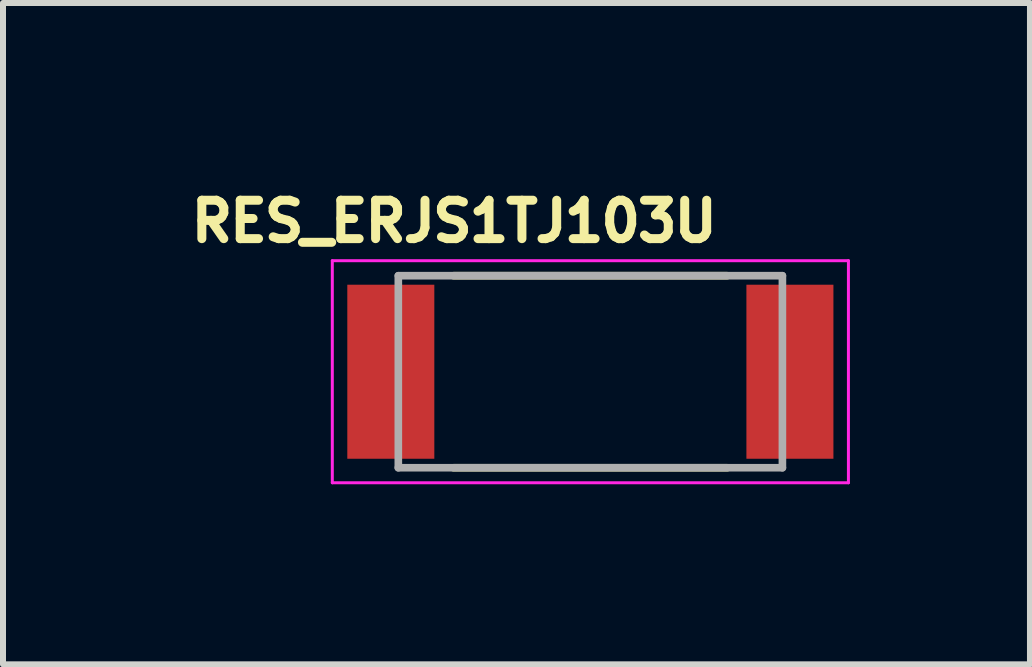
<source format=kicad_pcb>
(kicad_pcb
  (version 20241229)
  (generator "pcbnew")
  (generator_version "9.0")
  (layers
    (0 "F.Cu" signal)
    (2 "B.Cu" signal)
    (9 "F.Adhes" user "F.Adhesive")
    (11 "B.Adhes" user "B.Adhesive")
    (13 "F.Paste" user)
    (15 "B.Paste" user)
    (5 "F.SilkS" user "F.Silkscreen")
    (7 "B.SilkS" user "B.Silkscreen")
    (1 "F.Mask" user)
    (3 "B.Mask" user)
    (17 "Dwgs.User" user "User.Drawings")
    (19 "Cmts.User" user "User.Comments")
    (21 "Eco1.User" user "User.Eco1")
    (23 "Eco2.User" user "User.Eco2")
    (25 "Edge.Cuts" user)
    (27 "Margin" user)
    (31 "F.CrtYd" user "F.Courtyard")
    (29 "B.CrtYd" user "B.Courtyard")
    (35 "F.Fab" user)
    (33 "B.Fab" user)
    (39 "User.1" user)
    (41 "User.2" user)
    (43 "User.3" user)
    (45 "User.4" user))
  (footprint "RES_ERJS1TJ103U"
    (layer "F.Cu")
    (at 6.787 3.144)
    (property "Reference" "RES_ERJS1TJ103U" (at -2.268 -2.506 0) (layer "F.SilkS") (effects (font (size 0.64 0.64) (thickness 0.15))))
    (attr smd)
    (fp_line (start -2.28 -1.6) (end 2.28 -1.6) (stroke (width 0.127) (type solid)) (layer "F.SilkS"))
    (fp_line (start -2.28 1.6) (end 2.28 1.6) (stroke (width 0.127) (type solid)) (layer "F.SilkS"))
    (fp_line (start -4.3 -1.85) (end -4.3 1.85) (stroke (width 0.05) (type solid)) (layer "F.CrtYd"))
    (fp_line (start -4.3 1.85) (end 4.3 1.85) (stroke (width 0.05) (type solid)) (layer "F.CrtYd"))
    (fp_line (start 4.3 -1.85) (end -4.3 -1.85) (stroke (width 0.05) (type solid)) (layer "F.CrtYd"))
    (fp_line (start 4.3 1.85) (end 4.3 -1.85) (stroke (width 0.05) (type solid)) (layer "F.CrtYd"))
    (fp_line (start -3.2 -1.6) (end -3.2 1.6) (stroke (width 0.127) (type solid)) (layer "F.Fab"))
    (fp_line (start -3.2 -1.6) (end 3.2 -1.6) (stroke (width 0.127) (type solid)) (layer "F.Fab"))
    (fp_line (start -3.2 1.6) (end 3.2 1.6) (stroke (width 0.127) (type solid)) (layer "F.Fab"))
    (fp_line (start 3.2 -1.6) (end 3.2 1.6) (stroke (width 0.127) (type solid)) (layer "F.Fab"))
    (pad "1" smd rect (at -3.325 0) (size 1.45 2.9) (layers "F.Cu" "F.Mask" "F.Paste"))
    (pad "2" smd rect (at 3.325 0) (size 1.45 2.9) (layers "F.Cu" "F.Mask" "F.Paste")))
  (gr_rect
    (start -3 -3)
    (end 14.112 8.019)
    (stroke (width 0.1) (type default))
    (fill no)
    (layer "Edge.Cuts")))
</source>
